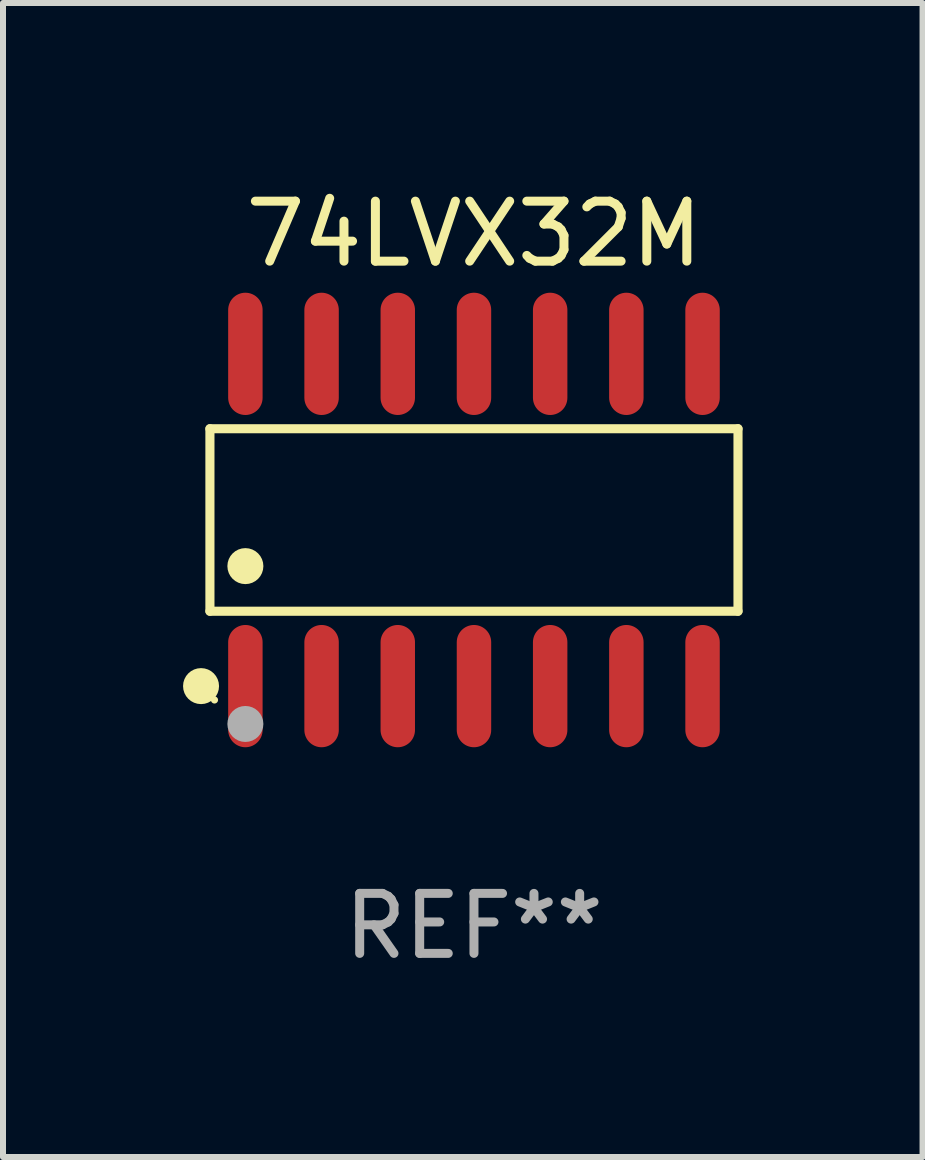
<source format=kicad_pcb>
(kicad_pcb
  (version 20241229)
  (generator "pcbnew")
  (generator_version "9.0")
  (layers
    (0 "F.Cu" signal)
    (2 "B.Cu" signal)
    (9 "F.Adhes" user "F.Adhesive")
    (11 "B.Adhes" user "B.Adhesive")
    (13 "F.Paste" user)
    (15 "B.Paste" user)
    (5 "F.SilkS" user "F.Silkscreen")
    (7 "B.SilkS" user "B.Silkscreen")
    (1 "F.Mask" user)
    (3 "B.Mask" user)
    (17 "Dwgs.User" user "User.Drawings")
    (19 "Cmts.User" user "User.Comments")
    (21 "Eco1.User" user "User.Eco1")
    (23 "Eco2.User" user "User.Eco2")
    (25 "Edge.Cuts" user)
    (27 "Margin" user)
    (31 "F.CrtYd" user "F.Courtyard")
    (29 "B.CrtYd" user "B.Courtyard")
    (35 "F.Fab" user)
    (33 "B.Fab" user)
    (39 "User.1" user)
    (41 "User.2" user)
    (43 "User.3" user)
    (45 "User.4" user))
  (footprint "74LVX32M"
    (layer "F.Cu")
    (at 4.85 5.617)
    (property "Reference" "74LVX32M" (at 0 -4.769 0) (layer "F.SilkS") (effects (font (size 1 1) (thickness 0.15))))
    (attr through_hole)
    (fp_line (start -4.401 -1.521) (end 4.401 -1.521) (stroke (width 0.152) (type solid)) (layer "F.SilkS"))
    (fp_line (start -4.401 1.521) (end -4.401 -1.521) (stroke (width 0.152) (type solid)) (layer "F.SilkS"))
    (fp_line (start 4.401 -1.521) (end 4.401 1.521) (stroke (width 0.152) (type solid)) (layer "F.SilkS"))
    (fp_line (start 4.401 1.521) (end -4.401 1.521) (stroke (width 0.152) (type solid)) (layer "F.SilkS"))
    (fp_circle (center -4.549 2.769) (end -4.399 2.769) (stroke (width 0.3) (type solid)) (fill no) (layer "F.SilkS"))
    (fp_circle (center -4.325 3) (end -4.295 3) (stroke (width 0.06) (type solid)) (fill no) (layer "F.SilkS"))
    (fp_circle (center -3.81 0.769) (end -3.66 0.769) (stroke (width 0.3) (type solid)) (fill no) (layer "F.SilkS"))
    (fp_circle (center -3.81 3.4) (end -3.66 3.4) (stroke (width 0.3) (type solid)) (fill no) (layer "F.Fab"))
    (fp_text user "REF**" (at 0 6.769 0) (layer "F.Fab") (effects (font (size 1 1) (thickness 0.15))))
    (pad "1" smd oval (at -3.81 2.769) (size 0.574 2.038) (layers "F.Cu" "F.Mask" "F.Paste"))
    (pad "2" smd oval (at -2.54 2.769) (size 0.574 2.038) (layers "F.Cu" "F.Mask" "F.Paste"))
    (pad "3" smd oval (at -1.27 2.769) (size 0.574 2.038) (layers "F.Cu" "F.Mask" "F.Paste"))
    (pad "4" smd oval (at 0 2.769) (size 0.574 2.038) (layers "F.Cu" "F.Mask" "F.Paste"))
    (pad "5" smd oval (at 1.27 2.769) (size 0.574 2.038) (layers "F.Cu" "F.Mask" "F.Paste"))
    (pad "6" smd oval (at 2.54 2.769) (size 0.574 2.038) (layers "F.Cu" "F.Mask" "F.Paste"))
    (pad "7" smd oval (at 3.81 2.769) (size 0.574 2.038) (layers "F.Cu" "F.Mask" "F.Paste"))
    (pad "8" smd oval (at 3.81 -2.769) (size 0.574 2.038) (layers "F.Cu" "F.Mask" "F.Paste"))
    (pad "9" smd oval (at 2.54 -2.769) (size 0.574 2.038) (layers "F.Cu" "F.Mask" "F.Paste"))
    (pad "10" smd oval (at 1.27 -2.769) (size 0.574 2.038) (layers "F.Cu" "F.Mask" "F.Paste"))
    (pad "11" smd oval (at 0 -2.769) (size 0.574 2.038) (layers "F.Cu" "F.Mask" "F.Paste"))
    (pad "12" smd oval (at -1.27 -2.769) (size 0.574 2.038) (layers "F.Cu" "F.Mask" "F.Paste"))
    (pad "13" smd oval (at -2.54 -2.769) (size 0.574 2.038) (layers "F.Cu" "F.Mask" "F.Paste"))
    (pad "14" smd oval (at -3.81 -2.769) (size 0.574 2.038) (layers "F.Cu" "F.Mask" "F.Paste")))
  (gr_rect
    (start -3 -3)
    (end 12.327 16.235)
    (stroke (width 0.1) (type default))
    (fill no)
    (layer "Edge.Cuts")))
</source>
